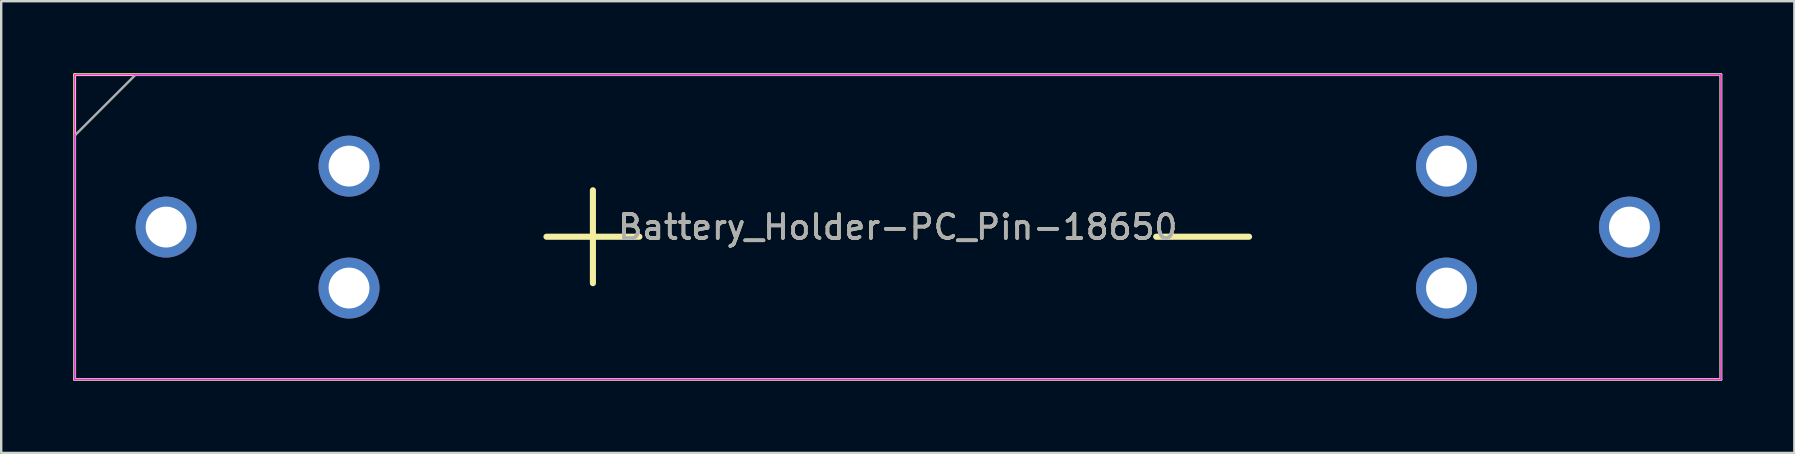
<source format=kicad_pcb>
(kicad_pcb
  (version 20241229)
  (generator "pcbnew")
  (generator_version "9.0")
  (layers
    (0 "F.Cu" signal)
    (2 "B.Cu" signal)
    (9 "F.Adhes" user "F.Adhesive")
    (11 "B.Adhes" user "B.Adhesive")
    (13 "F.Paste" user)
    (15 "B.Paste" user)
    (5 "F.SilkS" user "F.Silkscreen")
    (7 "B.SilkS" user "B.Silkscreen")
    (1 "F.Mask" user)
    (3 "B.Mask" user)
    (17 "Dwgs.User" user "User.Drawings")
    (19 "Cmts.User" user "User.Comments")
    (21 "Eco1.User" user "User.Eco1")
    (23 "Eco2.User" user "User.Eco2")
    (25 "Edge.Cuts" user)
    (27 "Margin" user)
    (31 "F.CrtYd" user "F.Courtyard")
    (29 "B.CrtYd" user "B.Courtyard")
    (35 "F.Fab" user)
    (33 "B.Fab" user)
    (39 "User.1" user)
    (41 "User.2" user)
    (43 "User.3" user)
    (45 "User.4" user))
  (footprint "Battery_Holder-PC_Pin-18650"
    (layer "F.Cu")
    (at 34.35 6.41)
    (property "Reference" "Battery_Holder-PC_Pin-18650" (at 0 0 0) (layer "F.SilkS") (effects (font (size 1 1) (thickness 0.15))))
    (attr through_hole)
    (fp_line (start -34.29 -6.35) (end -34.29 6.35) (stroke (width 0.12) (type solid)) (layer "F.SilkS"))
    (fp_line (start -34.29 -6.35) (end 34.29 -6.35) (stroke (width 0.12) (type solid)) (layer "F.SilkS"))
    (fp_line (start -34.29 6.35) (end 34.29 6.35) (stroke (width 0.12) (type solid)) (layer "F.SilkS"))
    (fp_line (start 34.29 -6.35) (end 34.29 6.35) (stroke (width 0.12) (type solid)) (layer "F.SilkS"))
    (fp_line (start -34.29 -6.35) (end -34.29 6.35) (stroke (width 0.05) (type solid)) (layer "F.CrtYd"))
    (fp_line (start -34.29 -6.35) (end 34.29 -6.35) (stroke (width 0.05) (type solid)) (layer "F.CrtYd"))
    (fp_line (start -34.29 6.35) (end 34.29 6.35) (stroke (width 0.05) (type solid)) (layer "F.CrtYd"))
    (fp_line (start 34.29 -6.35) (end 34.29 6.35) (stroke (width 0.05) (type solid)) (layer "F.CrtYd"))
    (fp_line (start -34.29 -3.81) (end -34.29 6.35) (stroke (width 0.1) (type solid)) (layer "F.Fab"))
    (fp_line (start -34.29 -3.81) (end -31.75 -6.35) (stroke (width 0.1) (type solid)) (layer "F.Fab"))
    (fp_line (start -34.29 6.35) (end 34.29 6.35) (stroke (width 0.1) (type solid)) (layer "F.Fab"))
    (fp_line (start -31.75 -6.35) (end 34.29 -6.35) (stroke (width 0.1) (type solid)) (layer "F.Fab"))
    (fp_line (start 34.29 -6.35) (end 34.29 6.35) (stroke (width 0.1) (type solid)) (layer "F.Fab"))
    (fp_text user "-" (at 12.7 0 0) (layer "F.SilkS") (effects (font (size 5.08 5.08) (thickness 0.254))))
    (fp_text user "+" (at -12.7 0 0) (layer "F.SilkS") (effects (font (size 5.08 5.08) (thickness 0.254))))
    (fp_text user "${REFERENCE}" (at 0 0 0) (layer "F.Fab") (effects (font (size 1 1) (thickness 0.15))))
    (pad "1" thru_hole circle (at -30.48 0) (size 2.54 2.54) (drill 1.702) (layers "*.Cu" "*.Mask"))
    (pad "1" thru_hole circle (at -22.86 -2.54) (size 2.54 2.54) (drill 1.702) (layers "*.Cu" "*.Mask"))
    (pad "1" thru_hole circle (at -22.86 2.54) (size 2.54 2.54) (drill 1.702) (layers "*.Cu" "*.Mask"))
    (pad "2" thru_hole circle (at 22.86 -2.54) (size 2.54 2.54) (drill 1.702) (layers "*.Cu" "*.Mask"))
    (pad "2" thru_hole circle (at 22.86 2.54) (size 2.54 2.54) (drill 1.702) (layers "*.Cu" "*.Mask"))
    (pad "2" thru_hole circle (at 30.48 0) (size 2.54 2.54) (drill 1.702) (layers "*.Cu" "*.Mask")))
  (gr_rect
    (start -3 -3)
    (end 71.7 15.82)
    (stroke (width 0.1) (type default))
    (fill no)
    (layer "Edge.Cuts")))
</source>
